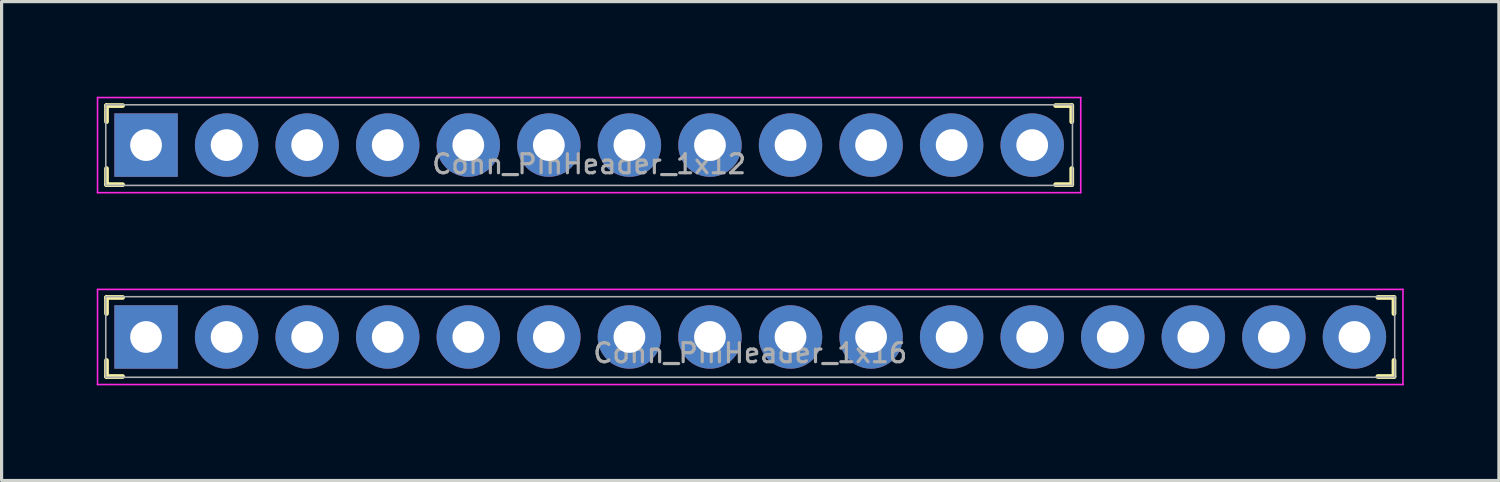
<source format=kicad_pcb>
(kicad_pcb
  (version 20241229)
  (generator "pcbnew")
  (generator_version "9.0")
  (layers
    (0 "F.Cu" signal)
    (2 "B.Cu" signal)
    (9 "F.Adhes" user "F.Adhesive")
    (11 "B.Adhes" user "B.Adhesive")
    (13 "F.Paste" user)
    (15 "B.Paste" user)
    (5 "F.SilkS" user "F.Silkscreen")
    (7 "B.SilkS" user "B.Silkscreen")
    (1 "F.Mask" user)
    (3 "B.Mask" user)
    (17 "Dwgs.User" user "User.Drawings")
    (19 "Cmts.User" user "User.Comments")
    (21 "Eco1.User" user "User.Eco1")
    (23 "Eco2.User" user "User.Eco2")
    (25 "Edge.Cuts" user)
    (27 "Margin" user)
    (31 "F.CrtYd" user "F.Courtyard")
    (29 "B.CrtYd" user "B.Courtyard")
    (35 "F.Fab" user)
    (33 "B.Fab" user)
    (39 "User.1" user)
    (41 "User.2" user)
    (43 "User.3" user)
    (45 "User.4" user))
  (footprint "Conn_PinHeader_1x12"
    (layer "F.Cu")
    (at 15.525 1.525)
    (property "Reference" "Conn_PinHeader_1x12" (at 0 0.6 180) (layer "F.Fab") (effects (font (size 0.6 0.6) (thickness 0.1))))
    (attr through_hole)
    (fp_line (start -15.217 -1.247) (end -15.217 -0.739) (stroke (width 0.15) (type solid)) (layer "F.SilkS"))
    (fp_line (start -15.217 -1.247) (end -14.709 -1.247) (stroke (width 0.15) (type solid)) (layer "F.SilkS"))
    (fp_line (start -15.217 0.739) (end -15.217 1.247) (stroke (width 0.15) (type solid)) (layer "F.SilkS"))
    (fp_line (start -15.217 1.247) (end -14.709 1.247) (stroke (width 0.15) (type solid)) (layer "F.SilkS"))
    (fp_line (start 14.709 -1.247) (end 15.217 -1.247) (stroke (width 0.15) (type solid)) (layer "F.SilkS"))
    (fp_line (start 14.709 1.247) (end 15.217 1.247) (stroke (width 0.15) (type solid)) (layer "F.SilkS"))
    (fp_line (start 15.217 -1.247) (end 15.217 -0.739) (stroke (width 0.15) (type solid)) (layer "F.SilkS"))
    (fp_line (start 15.217 0.739) (end 15.217 1.247) (stroke (width 0.15) (type solid)) (layer "F.SilkS"))
    (fp_line (start -15.5 -1.5) (end -15.5 1.5) (stroke (width 0.05) (type solid)) (layer "F.CrtYd"))
    (fp_line (start -15.5 -1.5) (end 15.5 -1.5) (stroke (width 0.05) (type solid)) (layer "F.CrtYd"))
    (fp_line (start 15.5 1.5) (end -15.5 1.5) (stroke (width 0.05) (type solid)) (layer "F.CrtYd"))
    (fp_line (start 15.5 1.5) (end 15.5 -1.5) (stroke (width 0.05) (type solid)) (layer "F.CrtYd"))
    (fp_line (start -15.24 -1.27) (end 15.24 -1.27) (stroke (width 0.05) (type solid)) (layer "F.Fab"))
    (fp_line (start -15.24 1.27) (end -15.24 -1.27) (stroke (width 0.05) (type solid)) (layer "F.Fab"))
    (fp_line (start -15.24 1.27) (end 15.24 1.27) (stroke (width 0.05) (type solid)) (layer "F.Fab"))
    (fp_line (start 15.24 -1.27) (end 15.24 1.27) (stroke (width 0.05) (type solid)) (layer "F.Fab"))
    (fp_text user "${REFERENCE}" (at 0 0 180) (layer "Eco1.User") (effects (font (size 0.3 0.3) (thickness 0.03))))
    (pad "1" thru_hole rect (at -13.97 0) (size 2 2) (drill 1) (layers "*.Cu" "*.Mask"))
    (pad "2" thru_hole circle (at -11.43 0) (size 2 2) (drill 1) (layers "*.Cu" "*.Mask"))
    (pad "3" thru_hole circle (at -8.89 0) (size 2 2) (drill 1) (layers "*.Cu" "*.Mask"))
    (pad "4" thru_hole circle (at -6.35 0) (size 2 2) (drill 1) (layers "*.Cu" "*.Mask"))
    (pad "5" thru_hole circle (at -3.81 0) (size 2 2) (drill 1) (layers "*.Cu" "*.Mask"))
    (pad "6" thru_hole circle (at -1.27 0) (size 2 2) (drill 1) (layers "*.Cu" "*.Mask"))
    (pad "7" thru_hole circle (at 1.27 0) (size 2 2) (drill 1) (layers "*.Cu" "*.Mask"))
    (pad "8" thru_hole circle (at 3.81 0) (size 2 2) (drill 1) (layers "*.Cu" "*.Mask"))
    (pad "9" thru_hole circle (at 6.35 0) (size 2 2) (drill 1) (layers "*.Cu" "*.Mask"))
    (pad "10" thru_hole circle (at 8.89 0) (size 2 2) (drill 1) (layers "*.Cu" "*.Mask"))
    (pad "11" thru_hole circle (at 11.43 0) (size 2 2) (drill 1) (layers "*.Cu" "*.Mask"))
    (pad "12" thru_hole circle (at 13.97 0) (size 2 2) (drill 1) (layers "*.Cu" "*.Mask")))
  (footprint "Conn_PinHeader_1x16"
    (layer "F.Cu")
    (at 20.605 7.575)
    (property "Reference" "Conn_PinHeader_1x16" (at 0 0.508 180) (layer "F.Fab") (effects (font (size 0.6 0.6) (thickness 0.1))))
    (attr through_hole)
    (fp_line (start -20.297 -1.247) (end -20.297 -0.739) (stroke (width 0.15) (type solid)) (layer "F.SilkS"))
    (fp_line (start -20.297 -1.247) (end -19.789 -1.247) (stroke (width 0.15) (type solid)) (layer "F.SilkS"))
    (fp_line (start -20.297 0.739) (end -20.297 1.247) (stroke (width 0.15) (type solid)) (layer "F.SilkS"))
    (fp_line (start -20.297 1.247) (end -19.789 1.247) (stroke (width 0.15) (type solid)) (layer "F.SilkS"))
    (fp_line (start 19.789 -1.247) (end 20.297 -1.247) (stroke (width 0.15) (type solid)) (layer "F.SilkS"))
    (fp_line (start 19.789 1.247) (end 20.297 1.247) (stroke (width 0.15) (type solid)) (layer "F.SilkS"))
    (fp_line (start 20.297 -1.247) (end 20.297 -0.739) (stroke (width 0.15) (type solid)) (layer "F.SilkS"))
    (fp_line (start 20.297 0.739) (end 20.297 1.247) (stroke (width 0.15) (type solid)) (layer "F.SilkS"))
    (fp_line (start -20.58 -1.5) (end -20.58 1.5) (stroke (width 0.05) (type solid)) (layer "F.CrtYd"))
    (fp_line (start -20.58 -1.5) (end 20.58 -1.5) (stroke (width 0.05) (type solid)) (layer "F.CrtYd"))
    (fp_line (start 20.58 1.5) (end -20.58 1.5) (stroke (width 0.05) (type solid)) (layer "F.CrtYd"))
    (fp_line (start 20.58 1.5) (end 20.58 -1.5) (stroke (width 0.05) (type solid)) (layer "F.CrtYd"))
    (fp_line (start -20.32 -1.27) (end 20.32 -1.27) (stroke (width 0.05) (type solid)) (layer "F.Fab"))
    (fp_line (start -20.32 1.27) (end -20.32 -1.27) (stroke (width 0.05) (type solid)) (layer "F.Fab"))
    (fp_line (start -20.32 1.27) (end 20.32 1.27) (stroke (width 0.05) (type solid)) (layer "F.Fab"))
    (fp_line (start 20.32 -1.27) (end 20.32 1.27) (stroke (width 0.05) (type solid)) (layer "F.Fab"))
    (fp_text user "${REFERENCE}" (at 0 0 180) (layer "Eco1.User") (effects (font (size 0.3 0.3) (thickness 0.03))))
    (pad "1" thru_hole rect (at -19.05 0) (size 2 2) (drill 1) (layers "*.Cu" "*.Mask"))
    (pad "2" thru_hole circle (at -16.51 0) (size 2 2) (drill 1) (layers "*.Cu" "*.Mask"))
    (pad "3" thru_hole circle (at -13.97 0) (size 2 2) (drill 1) (layers "*.Cu" "*.Mask"))
    (pad "4" thru_hole circle (at -11.43 0) (size 2 2) (drill 1) (layers "*.Cu" "*.Mask"))
    (pad "5" thru_hole circle (at -8.89 0) (size 2 2) (drill 1) (layers "*.Cu" "*.Mask"))
    (pad "6" thru_hole circle (at -6.35 0) (size 2 2) (drill 1) (layers "*.Cu" "*.Mask"))
    (pad "7" thru_hole circle (at -3.81 0) (size 2 2) (drill 1) (layers "*.Cu" "*.Mask"))
    (pad "8" thru_hole circle (at -1.27 0) (size 2 2) (drill 1) (layers "*.Cu" "*.Mask"))
    (pad "9" thru_hole circle (at 1.27 0) (size 2 2) (drill 1) (layers "*.Cu" "*.Mask"))
    (pad "10" thru_hole circle (at 3.81 0) (size 2 2) (drill 1) (layers "*.Cu" "*.Mask"))
    (pad "11" thru_hole circle (at 6.35 0) (size 2 2) (drill 1) (layers "*.Cu" "*.Mask"))
    (pad "12" thru_hole circle (at 8.89 0) (size 2 2) (drill 1) (layers "*.Cu" "*.Mask"))
    (pad "13" thru_hole circle (at 11.43 0) (size 2 2) (drill 1) (layers "*.Cu" "*.Mask"))
    (pad "14" thru_hole circle (at 13.97 0) (size 2 2) (drill 1) (layers "*.Cu" "*.Mask"))
    (pad "15" thru_hole circle (at 16.51 0) (size 2 2) (drill 1) (layers "*.Cu" "*.Mask"))
    (pad "16" thru_hole circle (at 19.05 0) (size 2 2) (drill 1) (layers "*.Cu" "*.Mask")))
  (gr_rect
    (start -3 -3)
    (end 44.21 12.1)
    (stroke (width 0.1) (type default))
    (fill no)
    (layer "Edge.Cuts")))
</source>
